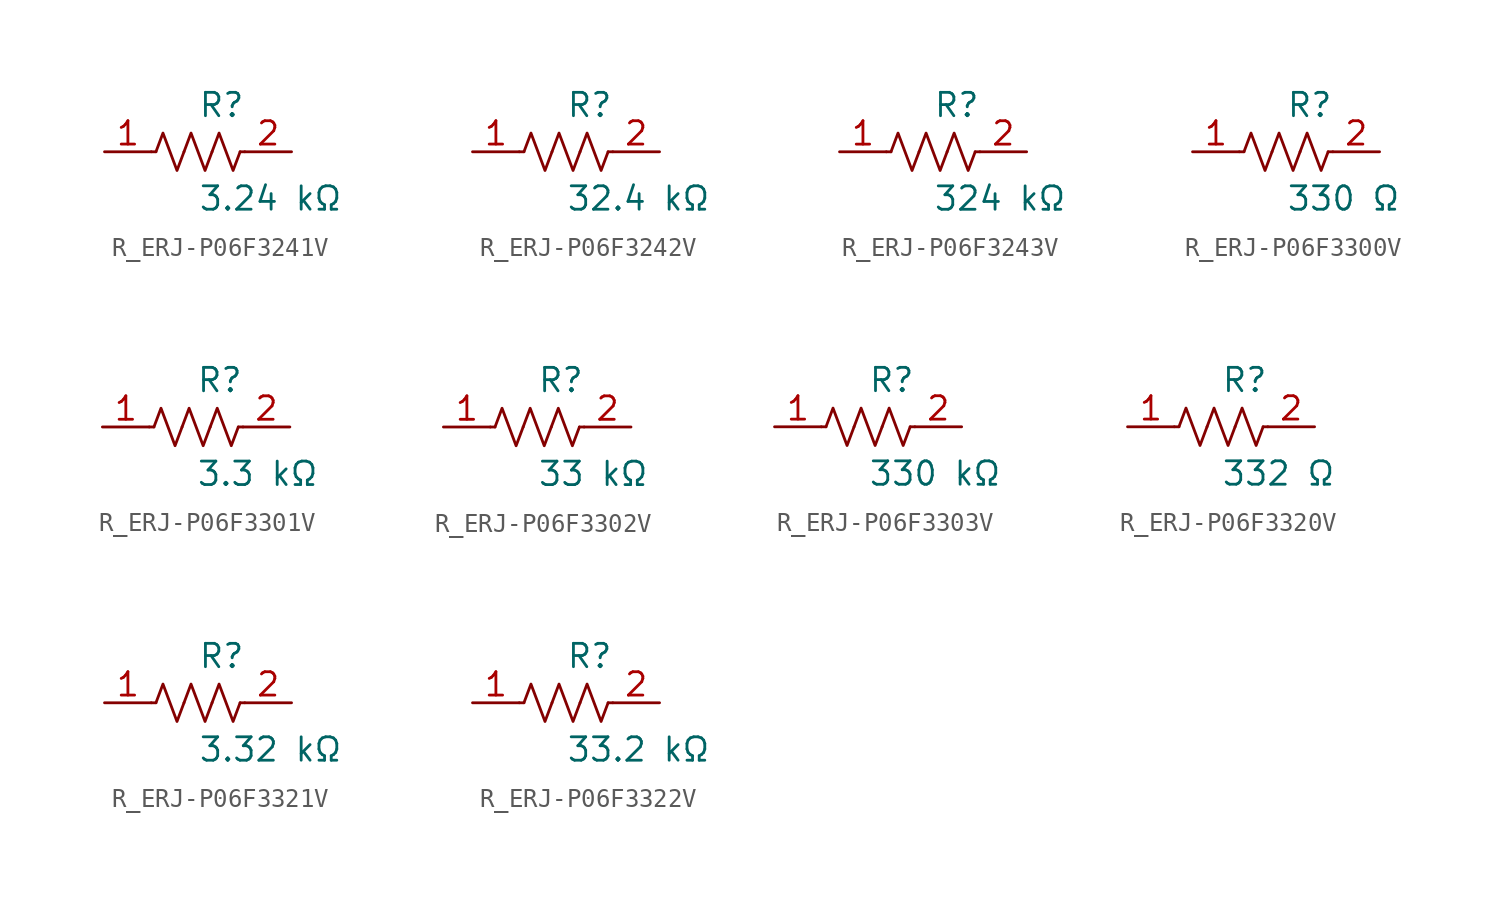
<source format=kicad_sym>
(kicad_symbol_lib
  (version 20231120)
  (generator kicad_symbol_editor)
  (generator_version 8.0)
  (symbol "R_ERJ-P06F3241V"
    (pin_names
      (offset 0.254))
    (property "Reference" "R"
      (at 0.0 2.54 0)
      (effects (font (size 1.27 1.27)) (justify left)))
    (property "Value" "3.24 kΩ"
      (at 0.0 -2.54 0)
      (effects (font (size 1.27 1.27)) (justify left)))
    (symbol "R_ERJ-P06F3241V_0_1"
      (polyline (pts (xy 2.286 0) (xy 2.54 0)) (stroke (width 0) (type default)) (fill (type none)))
      (polyline (pts (xy -2.286 0) (xy -2.54 0)) (stroke (width 0) (type default)) (fill (type none)))
      (polyline (pts (xy 0.762 0) (xy 1.143 1.016) (xy 1.524 0) (xy 1.905 -1.016) (xy 2.286 0)) (stroke (width 0) (type default)) (fill (type none)))
      (polyline (pts (xy -0.762 0) (xy -0.381 1.016) (xy 0 0) (xy 0.381 -1.016) (xy 0.762 0)) (stroke (width 0) (type default)) (fill (type none)))
      (polyline (pts (xy -2.286 0) (xy -1.905 1.016) (xy -1.524 0) (xy -1.143 -1.016) (xy -0.762 0)) (stroke (width 0) (type default)) (fill (type none))))
    (pin unspecified line
      (at -5.08 0 0)
      (length 2.54)
      (name "" (effects (font (size 1.27 1.27))))
      (number "1" (effects (font (size 1.27 1.27)))))
    (pin unspecified line
      (at 5.08 0 180)
      (length 2.54)
      (name "" (effects (font (size 1.27 1.27))))
      (number "2" (effects (font (size 1.27 1.27))))))
  (symbol "R_ERJ-P06F3242V"
    (pin_names
      (offset 0.254))
    (property "Reference" "R"
      (at 0.0 2.54 0)
      (effects (font (size 1.27 1.27)) (justify left)))
    (property "Value" "32.4 kΩ"
      (at 0.0 -2.54 0)
      (effects (font (size 1.27 1.27)) (justify left)))
    (symbol "R_ERJ-P06F3242V_0_1"
      (polyline (pts (xy 2.286 0) (xy 2.54 0)) (stroke (width 0) (type default)) (fill (type none)))
      (polyline (pts (xy -2.286 0) (xy -2.54 0)) (stroke (width 0) (type default)) (fill (type none)))
      (polyline (pts (xy 0.762 0) (xy 1.143 1.016) (xy 1.524 0) (xy 1.905 -1.016) (xy 2.286 0)) (stroke (width 0) (type default)) (fill (type none)))
      (polyline (pts (xy -0.762 0) (xy -0.381 1.016) (xy 0 0) (xy 0.381 -1.016) (xy 0.762 0)) (stroke (width 0) (type default)) (fill (type none)))
      (polyline (pts (xy -2.286 0) (xy -1.905 1.016) (xy -1.524 0) (xy -1.143 -1.016) (xy -0.762 0)) (stroke (width 0) (type default)) (fill (type none))))
    (pin unspecified line
      (at -5.08 0 0)
      (length 2.54)
      (name "" (effects (font (size 1.27 1.27))))
      (number "1" (effects (font (size 1.27 1.27)))))
    (pin unspecified line
      (at 5.08 0 180)
      (length 2.54)
      (name "" (effects (font (size 1.27 1.27))))
      (number "2" (effects (font (size 1.27 1.27))))))
  (symbol "R_ERJ-P06F3243V"
    (pin_names
      (offset 0.254))
    (property "Reference" "R"
      (at 0.0 2.54 0)
      (effects (font (size 1.27 1.27)) (justify left)))
    (property "Value" "324 kΩ"
      (at 0.0 -2.54 0)
      (effects (font (size 1.27 1.27)) (justify left)))
    (symbol "R_ERJ-P06F3243V_0_1"
      (polyline (pts (xy 2.286 0) (xy 2.54 0)) (stroke (width 0) (type default)) (fill (type none)))
      (polyline (pts (xy -2.286 0) (xy -2.54 0)) (stroke (width 0) (type default)) (fill (type none)))
      (polyline (pts (xy 0.762 0) (xy 1.143 1.016) (xy 1.524 0) (xy 1.905 -1.016) (xy 2.286 0)) (stroke (width 0) (type default)) (fill (type none)))
      (polyline (pts (xy -0.762 0) (xy -0.381 1.016) (xy 0 0) (xy 0.381 -1.016) (xy 0.762 0)) (stroke (width 0) (type default)) (fill (type none)))
      (polyline (pts (xy -2.286 0) (xy -1.905 1.016) (xy -1.524 0) (xy -1.143 -1.016) (xy -0.762 0)) (stroke (width 0) (type default)) (fill (type none))))
    (pin unspecified line
      (at -5.08 0 0)
      (length 2.54)
      (name "" (effects (font (size 1.27 1.27))))
      (number "1" (effects (font (size 1.27 1.27)))))
    (pin unspecified line
      (at 5.08 0 180)
      (length 2.54)
      (name "" (effects (font (size 1.27 1.27))))
      (number "2" (effects (font (size 1.27 1.27))))))
  (symbol "R_ERJ-P06F3300V"
    (pin_names
      (offset 0.254))
    (property "Reference" "R"
      (at 0.0 2.54 0)
      (effects (font (size 1.27 1.27)) (justify left)))
    (property "Value" "330 Ω"
      (at 0.0 -2.54 0)
      (effects (font (size 1.27 1.27)) (justify left)))
    (symbol "R_ERJ-P06F3300V_0_1"
      (polyline (pts (xy 2.286 0) (xy 2.54 0)) (stroke (width 0) (type default)) (fill (type none)))
      (polyline (pts (xy -2.286 0) (xy -2.54 0)) (stroke (width 0) (type default)) (fill (type none)))
      (polyline (pts (xy 0.762 0) (xy 1.143 1.016) (xy 1.524 0) (xy 1.905 -1.016) (xy 2.286 0)) (stroke (width 0) (type default)) (fill (type none)))
      (polyline (pts (xy -0.762 0) (xy -0.381 1.016) (xy 0 0) (xy 0.381 -1.016) (xy 0.762 0)) (stroke (width 0) (type default)) (fill (type none)))
      (polyline (pts (xy -2.286 0) (xy -1.905 1.016) (xy -1.524 0) (xy -1.143 -1.016) (xy -0.762 0)) (stroke (width 0) (type default)) (fill (type none))))
    (pin unspecified line
      (at -5.08 0 0)
      (length 2.54)
      (name "" (effects (font (size 1.27 1.27))))
      (number "1" (effects (font (size 1.27 1.27)))))
    (pin unspecified line
      (at 5.08 0 180)
      (length 2.54)
      (name "" (effects (font (size 1.27 1.27))))
      (number "2" (effects (font (size 1.27 1.27))))))
  (symbol "R_ERJ-P06F3301V"
    (pin_names
      (offset 0.254))
    (property "Reference" "R"
      (at 0.0 2.54 0)
      (effects (font (size 1.27 1.27)) (justify left)))
    (property "Value" "3.3 kΩ"
      (at 0.0 -2.54 0)
      (effects (font (size 1.27 1.27)) (justify left)))
    (symbol "R_ERJ-P06F3301V_0_1"
      (polyline (pts (xy 2.286 0) (xy 2.54 0)) (stroke (width 0) (type default)) (fill (type none)))
      (polyline (pts (xy -2.286 0) (xy -2.54 0)) (stroke (width 0) (type default)) (fill (type none)))
      (polyline (pts (xy 0.762 0) (xy 1.143 1.016) (xy 1.524 0) (xy 1.905 -1.016) (xy 2.286 0)) (stroke (width 0) (type default)) (fill (type none)))
      (polyline (pts (xy -0.762 0) (xy -0.381 1.016) (xy 0 0) (xy 0.381 -1.016) (xy 0.762 0)) (stroke (width 0) (type default)) (fill (type none)))
      (polyline (pts (xy -2.286 0) (xy -1.905 1.016) (xy -1.524 0) (xy -1.143 -1.016) (xy -0.762 0)) (stroke (width 0) (type default)) (fill (type none))))
    (pin unspecified line
      (at -5.08 0 0)
      (length 2.54)
      (name "" (effects (font (size 1.27 1.27))))
      (number "1" (effects (font (size 1.27 1.27)))))
    (pin unspecified line
      (at 5.08 0 180)
      (length 2.54)
      (name "" (effects (font (size 1.27 1.27))))
      (number "2" (effects (font (size 1.27 1.27))))))
  (symbol "R_ERJ-P06F3302V"
    (pin_names
      (offset 0.254))
    (property "Reference" "R"
      (at 0.0 2.54 0)
      (effects (font (size 1.27 1.27)) (justify left)))
    (property "Value" "33 kΩ"
      (at 0.0 -2.54 0)
      (effects (font (size 1.27 1.27)) (justify left)))
    (symbol "R_ERJ-P06F3302V_0_1"
      (polyline (pts (xy 2.286 0) (xy 2.54 0)) (stroke (width 0) (type default)) (fill (type none)))
      (polyline (pts (xy -2.286 0) (xy -2.54 0)) (stroke (width 0) (type default)) (fill (type none)))
      (polyline (pts (xy 0.762 0) (xy 1.143 1.016) (xy 1.524 0) (xy 1.905 -1.016) (xy 2.286 0)) (stroke (width 0) (type default)) (fill (type none)))
      (polyline (pts (xy -0.762 0) (xy -0.381 1.016) (xy 0 0) (xy 0.381 -1.016) (xy 0.762 0)) (stroke (width 0) (type default)) (fill (type none)))
      (polyline (pts (xy -2.286 0) (xy -1.905 1.016) (xy -1.524 0) (xy -1.143 -1.016) (xy -0.762 0)) (stroke (width 0) (type default)) (fill (type none))))
    (pin unspecified line
      (at -5.08 0 0)
      (length 2.54)
      (name "" (effects (font (size 1.27 1.27))))
      (number "1" (effects (font (size 1.27 1.27)))))
    (pin unspecified line
      (at 5.08 0 180)
      (length 2.54)
      (name "" (effects (font (size 1.27 1.27))))
      (number "2" (effects (font (size 1.27 1.27))))))
  (symbol "R_ERJ-P06F3303V"
    (pin_names
      (offset 0.254))
    (property "Reference" "R"
      (at 0.0 2.54 0)
      (effects (font (size 1.27 1.27)) (justify left)))
    (property "Value" "330 kΩ"
      (at 0.0 -2.54 0)
      (effects (font (size 1.27 1.27)) (justify left)))
    (symbol "R_ERJ-P06F3303V_0_1"
      (polyline (pts (xy 2.286 0) (xy 2.54 0)) (stroke (width 0) (type default)) (fill (type none)))
      (polyline (pts (xy -2.286 0) (xy -2.54 0)) (stroke (width 0) (type default)) (fill (type none)))
      (polyline (pts (xy 0.762 0) (xy 1.143 1.016) (xy 1.524 0) (xy 1.905 -1.016) (xy 2.286 0)) (stroke (width 0) (type default)) (fill (type none)))
      (polyline (pts (xy -0.762 0) (xy -0.381 1.016) (xy 0 0) (xy 0.381 -1.016) (xy 0.762 0)) (stroke (width 0) (type default)) (fill (type none)))
      (polyline (pts (xy -2.286 0) (xy -1.905 1.016) (xy -1.524 0) (xy -1.143 -1.016) (xy -0.762 0)) (stroke (width 0) (type default)) (fill (type none))))
    (pin unspecified line
      (at -5.08 0 0)
      (length 2.54)
      (name "" (effects (font (size 1.27 1.27))))
      (number "1" (effects (font (size 1.27 1.27)))))
    (pin unspecified line
      (at 5.08 0 180)
      (length 2.54)
      (name "" (effects (font (size 1.27 1.27))))
      (number "2" (effects (font (size 1.27 1.27))))))
  (symbol "R_ERJ-P06F3320V"
    (pin_names
      (offset 0.254))
    (property "Reference" "R"
      (at 0.0 2.54 0)
      (effects (font (size 1.27 1.27)) (justify left)))
    (property "Value" "332 Ω"
      (at 0.0 -2.54 0)
      (effects (font (size 1.27 1.27)) (justify left)))
    (symbol "R_ERJ-P06F3320V_0_1"
      (polyline (pts (xy 2.286 0) (xy 2.54 0)) (stroke (width 0) (type default)) (fill (type none)))
      (polyline (pts (xy -2.286 0) (xy -2.54 0)) (stroke (width 0) (type default)) (fill (type none)))
      (polyline (pts (xy 0.762 0) (xy 1.143 1.016) (xy 1.524 0) (xy 1.905 -1.016) (xy 2.286 0)) (stroke (width 0) (type default)) (fill (type none)))
      (polyline (pts (xy -0.762 0) (xy -0.381 1.016) (xy 0 0) (xy 0.381 -1.016) (xy 0.762 0)) (stroke (width 0) (type default)) (fill (type none)))
      (polyline (pts (xy -2.286 0) (xy -1.905 1.016) (xy -1.524 0) (xy -1.143 -1.016) (xy -0.762 0)) (stroke (width 0) (type default)) (fill (type none))))
    (pin unspecified line
      (at -5.08 0 0)
      (length 2.54)
      (name "" (effects (font (size 1.27 1.27))))
      (number "1" (effects (font (size 1.27 1.27)))))
    (pin unspecified line
      (at 5.08 0 180)
      (length 2.54)
      (name "" (effects (font (size 1.27 1.27))))
      (number "2" (effects (font (size 1.27 1.27))))))
  (symbol "R_ERJ-P06F3321V"
    (pin_names
      (offset 0.254))
    (property "Reference" "R"
      (at 0.0 2.54 0)
      (effects (font (size 1.27 1.27)) (justify left)))
    (property "Value" "3.32 kΩ"
      (at 0.0 -2.54 0)
      (effects (font (size 1.27 1.27)) (justify left)))
    (symbol "R_ERJ-P06F3321V_0_1"
      (polyline (pts (xy 2.286 0) (xy 2.54 0)) (stroke (width 0) (type default)) (fill (type none)))
      (polyline (pts (xy -2.286 0) (xy -2.54 0)) (stroke (width 0) (type default)) (fill (type none)))
      (polyline (pts (xy 0.762 0) (xy 1.143 1.016) (xy 1.524 0) (xy 1.905 -1.016) (xy 2.286 0)) (stroke (width 0) (type default)) (fill (type none)))
      (polyline (pts (xy -0.762 0) (xy -0.381 1.016) (xy 0 0) (xy 0.381 -1.016) (xy 0.762 0)) (stroke (width 0) (type default)) (fill (type none)))
      (polyline (pts (xy -2.286 0) (xy -1.905 1.016) (xy -1.524 0) (xy -1.143 -1.016) (xy -0.762 0)) (stroke (width 0) (type default)) (fill (type none))))
    (pin unspecified line
      (at -5.08 0 0)
      (length 2.54)
      (name "" (effects (font (size 1.27 1.27))))
      (number "1" (effects (font (size 1.27 1.27)))))
    (pin unspecified line
      (at 5.08 0 180)
      (length 2.54)
      (name "" (effects (font (size 1.27 1.27))))
      (number "2" (effects (font (size 1.27 1.27))))))
  (symbol "R_ERJ-P06F3322V"
    (pin_names
      (offset 0.254))
    (property "Reference" "R"
      (at 0.0 2.54 0)
      (effects (font (size 1.27 1.27)) (justify left)))
    (property "Value" "33.2 kΩ"
      (at 0.0 -2.54 0)
      (effects (font (size 1.27 1.27)) (justify left)))
    (symbol "R_ERJ-P06F3322V_0_1"
      (polyline (pts (xy 2.286 0) (xy 2.54 0)) (stroke (width 0) (type default)) (fill (type none)))
      (polyline (pts (xy -2.286 0) (xy -2.54 0)) (stroke (width 0) (type default)) (fill (type none)))
      (polyline (pts (xy 0.762 0) (xy 1.143 1.016) (xy 1.524 0) (xy 1.905 -1.016) (xy 2.286 0)) (stroke (width 0) (type default)) (fill (type none)))
      (polyline (pts (xy -0.762 0) (xy -0.381 1.016) (xy 0 0) (xy 0.381 -1.016) (xy 0.762 0)) (stroke (width 0) (type default)) (fill (type none)))
      (polyline (pts (xy -2.286 0) (xy -1.905 1.016) (xy -1.524 0) (xy -1.143 -1.016) (xy -0.762 0)) (stroke (width 0) (type default)) (fill (type none))))
    (pin unspecified line
      (at -5.08 0 0)
      (length 2.54)
      (name "" (effects (font (size 1.27 1.27))))
      (number "1" (effects (font (size 1.27 1.27)))))
    (pin unspecified line
      (at 5.08 0 180)
      (length 2.54)
      (name "" (effects (font (size 1.27 1.27))))
      (number "2" (effects (font (size 1.27 1.27)))))))
</source>
